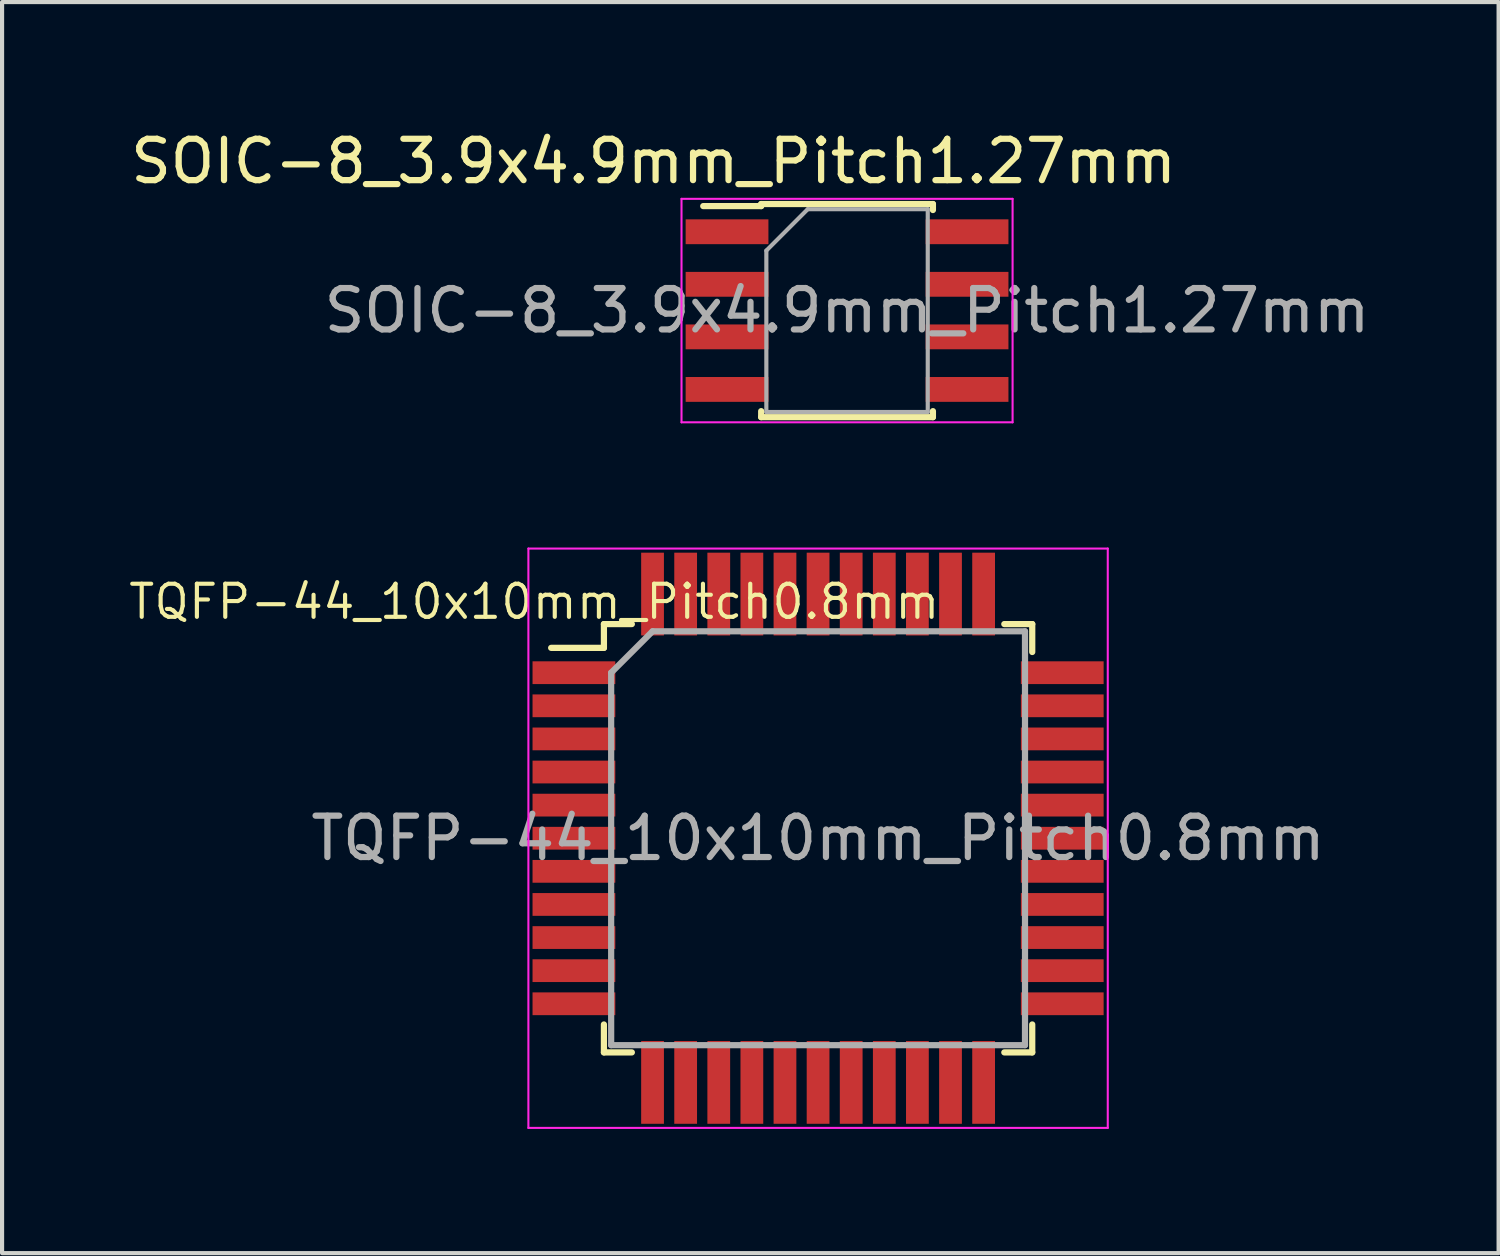
<source format=kicad_pcb>
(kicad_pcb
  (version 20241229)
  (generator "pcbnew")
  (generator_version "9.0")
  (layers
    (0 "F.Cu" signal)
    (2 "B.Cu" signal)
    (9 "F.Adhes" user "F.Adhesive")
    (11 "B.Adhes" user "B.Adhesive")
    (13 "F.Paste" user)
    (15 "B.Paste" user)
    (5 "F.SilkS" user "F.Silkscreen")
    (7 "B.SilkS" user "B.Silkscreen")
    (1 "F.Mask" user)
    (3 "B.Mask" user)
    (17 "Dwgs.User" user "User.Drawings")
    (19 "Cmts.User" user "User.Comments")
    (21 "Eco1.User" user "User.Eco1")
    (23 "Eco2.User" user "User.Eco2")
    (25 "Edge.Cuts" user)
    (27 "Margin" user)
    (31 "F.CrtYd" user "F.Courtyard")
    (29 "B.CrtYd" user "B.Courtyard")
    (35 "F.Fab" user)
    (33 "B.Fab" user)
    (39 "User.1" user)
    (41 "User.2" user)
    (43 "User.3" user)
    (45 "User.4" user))
  (footprint "TQFP-44_10x10mm_Pitch0.8mm"
    (layer "F.Cu")
    (at 16.718 17.205)
    (property "Reference" "TQFP-44_10x10mm_Pitch0.8mm" (at -6.858 -5.715 0) (layer "F.SilkS") (effects (font (size 0.8 0.8) (thickness 0.1))))
    (attr smd)
    (fp_line (start -5.175 -5.175) (end -5.175 -4.6) (stroke (width 0.15) (type solid)) (layer "F.SilkS"))
    (fp_line (start -5.175 -5.175) (end -4.5 -5.175) (stroke (width 0.15) (type solid)) (layer "F.SilkS"))
    (fp_line (start -5.175 -4.6) (end -6.45 -4.6) (stroke (width 0.15) (type solid)) (layer "F.SilkS"))
    (fp_line (start -5.175 5.175) (end -5.175 4.5) (stroke (width 0.15) (type solid)) (layer "F.SilkS"))
    (fp_line (start -5.175 5.175) (end -4.5 5.175) (stroke (width 0.15) (type solid)) (layer "F.SilkS"))
    (fp_line (start 5.175 -5.175) (end 4.5 -5.175) (stroke (width 0.15) (type solid)) (layer "F.SilkS"))
    (fp_line (start 5.175 -5.175) (end 5.175 -4.5) (stroke (width 0.15) (type solid)) (layer "F.SilkS"))
    (fp_line (start 5.175 5.175) (end 4.5 5.175) (stroke (width 0.15) (type solid)) (layer "F.SilkS"))
    (fp_line (start 5.175 5.175) (end 5.175 4.5) (stroke (width 0.15) (type solid)) (layer "F.SilkS"))
    (fp_line (start -7 -7) (end -7 7) (stroke (width 0.05) (type solid)) (layer "F.CrtYd"))
    (fp_line (start -7 -7) (end 7 -7) (stroke (width 0.05) (type solid)) (layer "F.CrtYd"))
    (fp_line (start -7 7) (end 7 7) (stroke (width 0.05) (type solid)) (layer "F.CrtYd"))
    (fp_line (start 7 -7) (end 7 7) (stroke (width 0.05) (type solid)) (layer "F.CrtYd"))
    (fp_line (start -5 -4) (end -4 -5) (stroke (width 0.15) (type solid)) (layer "F.Fab"))
    (fp_line (start -5 5) (end -5 -4) (stroke (width 0.15) (type solid)) (layer "F.Fab"))
    (fp_line (start -4 -5) (end 5 -5) (stroke (width 0.15) (type solid)) (layer "F.Fab"))
    (fp_line (start 5 -5) (end 5 5) (stroke (width 0.15) (type solid)) (layer "F.Fab"))
    (fp_line (start 5 5) (end -5 5) (stroke (width 0.15) (type solid)) (layer "F.Fab"))
    (fp_text user "${REFERENCE}" (at 0 0 0) (layer "F.Fab") (effects (font (size 1 1) (thickness 0.15))))
    (pad "1" smd rect (at -5.9 -4) (size 2 0.55) (layers "F.Cu" "F.Mask" "F.Paste"))
    (pad "2" smd rect (at -5.9 -3.2) (size 2 0.55) (layers "F.Cu" "F.Mask" "F.Paste"))
    (pad "3" smd rect (at -5.9 -2.4) (size 2 0.55) (layers "F.Cu" "F.Mask" "F.Paste"))
    (pad "4" smd rect (at -5.9 -1.6) (size 2 0.55) (layers "F.Cu" "F.Mask" "F.Paste"))
    (pad "5" smd rect (at -5.9 -0.8) (size 2 0.55) (layers "F.Cu" "F.Mask" "F.Paste"))
    (pad "6" smd rect (at -5.9 0) (size 2 0.55) (layers "F.Cu" "F.Mask" "F.Paste"))
    (pad "7" smd rect (at -5.9 0.8) (size 2 0.55) (layers "F.Cu" "F.Mask" "F.Paste"))
    (pad "8" smd rect (at -5.9 1.6) (size 2 0.55) (layers "F.Cu" "F.Mask" "F.Paste"))
    (pad "9" smd rect (at -5.9 2.4) (size 2 0.55) (layers "F.Cu" "F.Mask" "F.Paste"))
    (pad "10" smd rect (at -5.9 3.2) (size 2 0.55) (layers "F.Cu" "F.Mask" "F.Paste"))
    (pad "11" smd rect (at -5.9 4) (size 2 0.55) (layers "F.Cu" "F.Mask" "F.Paste"))
    (pad "12" smd rect (at -4 5.9 90) (size 2 0.55) (layers "F.Cu" "F.Mask" "F.Paste"))
    (pad "13" smd rect (at -3.2 5.9 90) (size 2 0.55) (layers "F.Cu" "F.Mask" "F.Paste"))
    (pad "14" smd rect (at -2.4 5.9 90) (size 2 0.55) (layers "F.Cu" "F.Mask" "F.Paste"))
    (pad "15" smd rect (at -1.6 5.9 90) (size 2 0.55) (layers "F.Cu" "F.Mask" "F.Paste"))
    (pad "16" smd rect (at -0.8 5.9 90) (size 2 0.55) (layers "F.Cu" "F.Mask" "F.Paste"))
    (pad "17" smd rect (at 0 5.9 90) (size 2 0.55) (layers "F.Cu" "F.Mask" "F.Paste"))
    (pad "18" smd rect (at 0.8 5.9 90) (size 2 0.55) (layers "F.Cu" "F.Mask" "F.Paste"))
    (pad "19" smd rect (at 1.6 5.9 90) (size 2 0.55) (layers "F.Cu" "F.Mask" "F.Paste"))
    (pad "20" smd rect (at 2.4 5.9 90) (size 2 0.55) (layers "F.Cu" "F.Mask" "F.Paste"))
    (pad "21" smd rect (at 3.2 5.9 90) (size 2 0.55) (layers "F.Cu" "F.Mask" "F.Paste"))
    (pad "22" smd rect (at 4 5.9 90) (size 2 0.55) (layers "F.Cu" "F.Mask" "F.Paste"))
    (pad "23" smd rect (at 5.9 4) (size 2 0.55) (layers "F.Cu" "F.Mask" "F.Paste"))
    (pad "24" smd rect (at 5.9 3.2) (size 2 0.55) (layers "F.Cu" "F.Mask" "F.Paste"))
    (pad "25" smd rect (at 5.9 2.4) (size 2 0.55) (layers "F.Cu" "F.Mask" "F.Paste"))
    (pad "26" smd rect (at 5.9 1.6) (size 2 0.55) (layers "F.Cu" "F.Mask" "F.Paste"))
    (pad "27" smd rect (at 5.9 0.8) (size 2 0.55) (layers "F.Cu" "F.Mask" "F.Paste"))
    (pad "28" smd rect (at 5.9 0) (size 2 0.55) (layers "F.Cu" "F.Mask" "F.Paste"))
    (pad "29" smd rect (at 5.9 -0.8) (size 2 0.55) (layers "F.Cu" "F.Mask" "F.Paste"))
    (pad "30" smd rect (at 5.9 -1.6) (size 2 0.55) (layers "F.Cu" "F.Mask" "F.Paste"))
    (pad "31" smd rect (at 5.9 -2.4) (size 2 0.55) (layers "F.Cu" "F.Mask" "F.Paste"))
    (pad "32" smd rect (at 5.9 -3.2) (size 2 0.55) (layers "F.Cu" "F.Mask" "F.Paste"))
    (pad "33" smd rect (at 5.9 -4) (size 2 0.55) (layers "F.Cu" "F.Mask" "F.Paste"))
    (pad "34" smd rect (at 4 -5.9 90) (size 2 0.55) (layers "F.Cu" "F.Mask" "F.Paste"))
    (pad "35" smd rect (at 3.2 -5.9 90) (size 2 0.55) (layers "F.Cu" "F.Mask" "F.Paste"))
    (pad "36" smd rect (at 2.4 -5.9 90) (size 2 0.55) (layers "F.Cu" "F.Mask" "F.Paste"))
    (pad "37" smd rect (at 1.6 -5.9 90) (size 2 0.55) (layers "F.Cu" "F.Mask" "F.Paste"))
    (pad "38" smd rect (at 0.8 -5.9 90) (size 2 0.55) (layers "F.Cu" "F.Mask" "F.Paste"))
    (pad "39" smd rect (at 0 -5.9 90) (size 2 0.55) (layers "F.Cu" "F.Mask" "F.Paste"))
    (pad "40" smd rect (at -0.8 -5.9 90) (size 2 0.55) (layers "F.Cu" "F.Mask" "F.Paste"))
    (pad "41" smd rect (at -1.6 -5.9 90) (size 2 0.55) (layers "F.Cu" "F.Mask" "F.Paste"))
    (pad "42" smd rect (at -2.4 -5.9 90) (size 2 0.55) (layers "F.Cu" "F.Mask" "F.Paste"))
    (pad "43" smd rect (at -3.2 -5.9 90) (size 2 0.55) (layers "F.Cu" "F.Mask" "F.Paste"))
    (pad "44" smd rect (at -4 -5.9 90) (size 2 0.55) (layers "F.Cu" "F.Mask" "F.Paste")))
  (footprint "SOIC-8_3.9x4.9mm_Pitch1.27mm"
    (layer "F.Cu")
    (at 17.418 4.455)
    (property "Reference" "SOIC-8_3.9x4.9mm_Pitch1.27mm" (at -4.674 -3.607 0) (layer "F.SilkS") (effects (font (size 1 1) (thickness 0.15))))
    (attr smd)
    (fp_line (start -2.075 -2.575) (end -2.075 -2.525) (stroke (width 0.15) (type solid)) (layer "F.SilkS"))
    (fp_line (start -2.075 -2.575) (end 2.075 -2.575) (stroke (width 0.15) (type solid)) (layer "F.SilkS"))
    (fp_line (start -2.075 -2.525) (end -3.475 -2.525) (stroke (width 0.15) (type solid)) (layer "F.SilkS"))
    (fp_line (start -2.075 2.575) (end -2.075 2.43) (stroke (width 0.15) (type solid)) (layer "F.SilkS"))
    (fp_line (start -2.075 2.575) (end 2.075 2.575) (stroke (width 0.15) (type solid)) (layer "F.SilkS"))
    (fp_line (start 2.075 -2.575) (end 2.075 -2.43) (stroke (width 0.15) (type solid)) (layer "F.SilkS"))
    (fp_line (start 2.075 2.575) (end 2.075 2.43) (stroke (width 0.15) (type solid)) (layer "F.SilkS"))
    (fp_line (start -4 -2.7) (end -4 2.7) (stroke (width 0.05) (type solid)) (layer "F.CrtYd"))
    (fp_line (start -4 -2.7) (end 4 -2.7) (stroke (width 0.05) (type solid)) (layer "F.CrtYd"))
    (fp_line (start -4 2.7) (end 4 2.7) (stroke (width 0.05) (type solid)) (layer "F.CrtYd"))
    (fp_line (start 4 -2.7) (end 4 2.7) (stroke (width 0.05) (type solid)) (layer "F.CrtYd"))
    (fp_line (start -1.95 -1.45) (end -0.95 -2.45) (stroke (width 0.1) (type solid)) (layer "F.Fab"))
    (fp_line (start -1.95 2.45) (end -1.95 -1.45) (stroke (width 0.1) (type solid)) (layer "F.Fab"))
    (fp_line (start -0.95 -2.45) (end 1.95 -2.45) (stroke (width 0.1) (type solid)) (layer "F.Fab"))
    (fp_line (start 1.95 -2.45) (end 1.95 2.45) (stroke (width 0.1) (type solid)) (layer "F.Fab"))
    (fp_line (start 1.95 2.45) (end -1.95 2.45) (stroke (width 0.1) (type solid)) (layer "F.Fab"))
    (fp_text user "${REFERENCE}" (at 0 0 0) (layer "F.Fab") (effects (font (size 1 1) (thickness 0.15))))
    (pad "1" smd rect (at -2.9 -1.905) (size 2 0.6) (layers "F.Cu" "F.Mask" "F.Paste"))
    (pad "2" smd rect (at -2.9 -0.635) (size 2 0.6) (layers "F.Cu" "F.Mask" "F.Paste"))
    (pad "3" smd rect (at -2.9 0.635) (size 2 0.6) (layers "F.Cu" "F.Mask" "F.Paste"))
    (pad "4" smd rect (at -2.9 1.905) (size 2 0.6) (layers "F.Cu" "F.Mask" "F.Paste"))
    (pad "5" smd rect (at 2.9 1.905) (size 2 0.6) (layers "F.Cu" "F.Mask" "F.Paste"))
    (pad "6" smd rect (at 2.9 0.635) (size 2 0.6) (layers "F.Cu" "F.Mask" "F.Paste"))
    (pad "7" smd rect (at 2.9 -0.635) (size 2 0.6) (layers "F.Cu" "F.Mask" "F.Paste"))
    (pad "8" smd rect (at 2.9 -1.905) (size 2 0.6) (layers "F.Cu" "F.Mask" "F.Paste")))
  (gr_rect
    (start -3 -3)
    (end 33.162 27.23)
    (stroke (width 0.1) (type default))
    (fill no)
    (layer "Edge.Cuts")))
</source>
